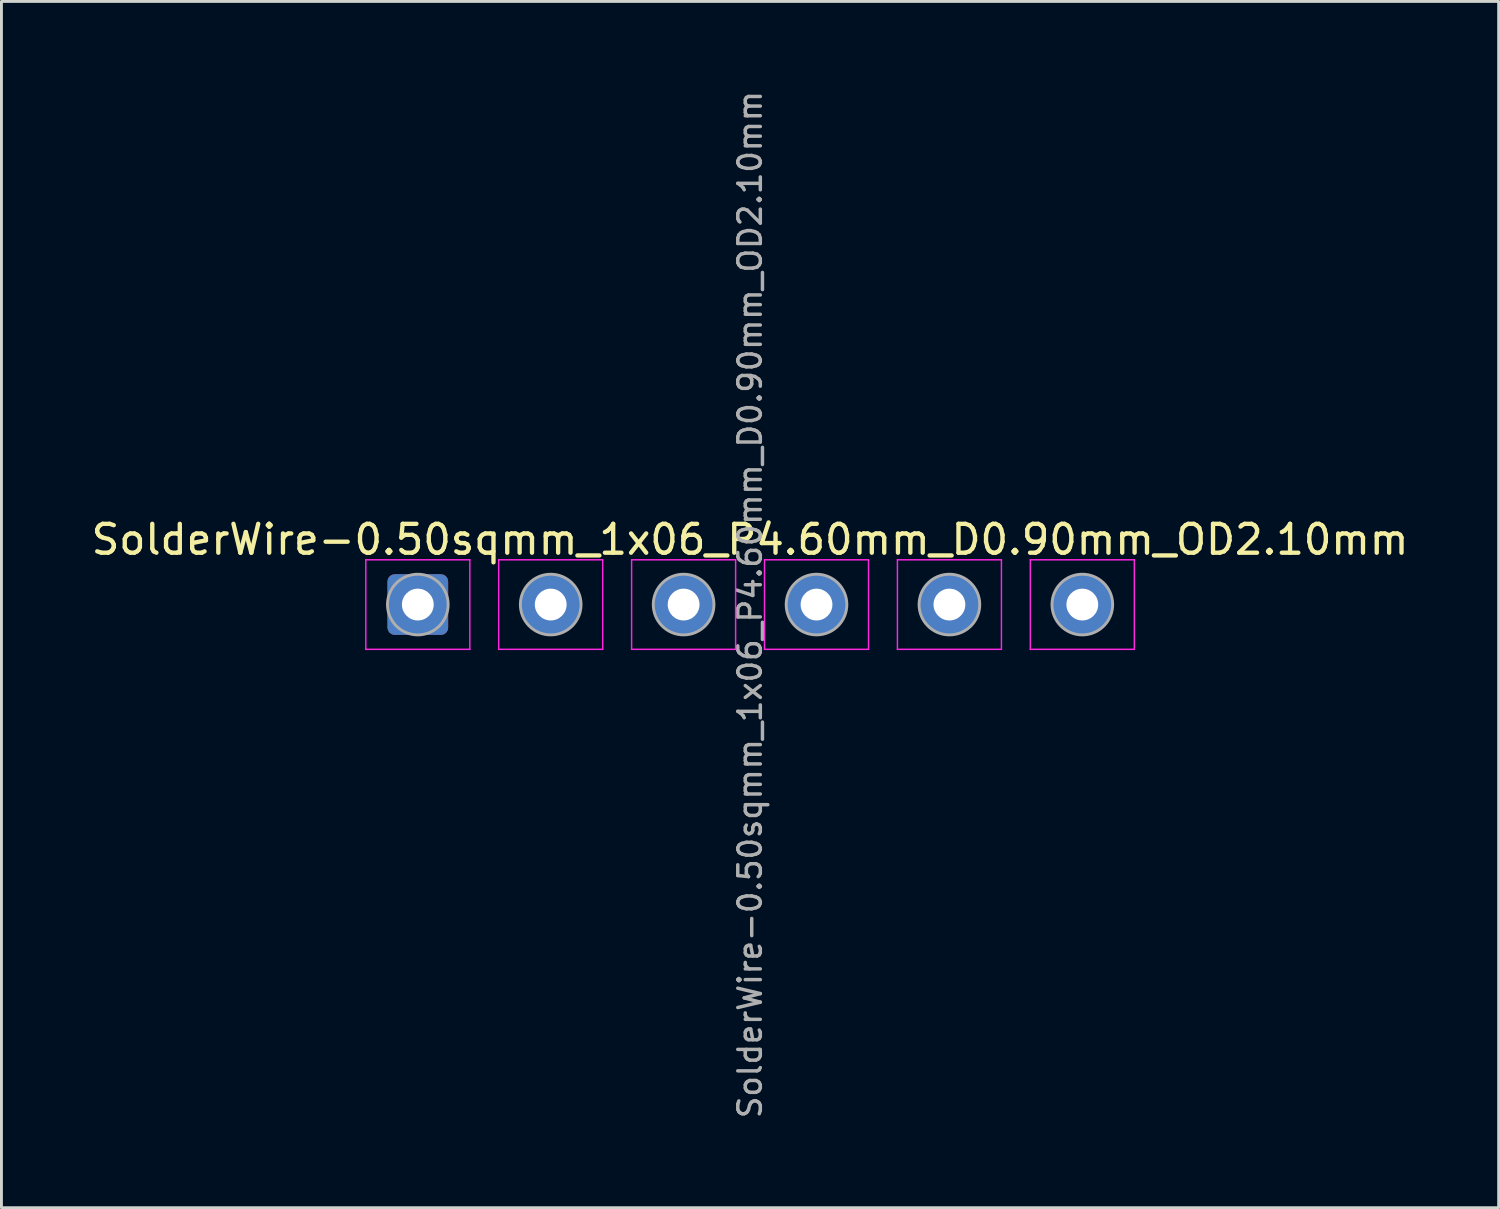
<source format=kicad_pcb>
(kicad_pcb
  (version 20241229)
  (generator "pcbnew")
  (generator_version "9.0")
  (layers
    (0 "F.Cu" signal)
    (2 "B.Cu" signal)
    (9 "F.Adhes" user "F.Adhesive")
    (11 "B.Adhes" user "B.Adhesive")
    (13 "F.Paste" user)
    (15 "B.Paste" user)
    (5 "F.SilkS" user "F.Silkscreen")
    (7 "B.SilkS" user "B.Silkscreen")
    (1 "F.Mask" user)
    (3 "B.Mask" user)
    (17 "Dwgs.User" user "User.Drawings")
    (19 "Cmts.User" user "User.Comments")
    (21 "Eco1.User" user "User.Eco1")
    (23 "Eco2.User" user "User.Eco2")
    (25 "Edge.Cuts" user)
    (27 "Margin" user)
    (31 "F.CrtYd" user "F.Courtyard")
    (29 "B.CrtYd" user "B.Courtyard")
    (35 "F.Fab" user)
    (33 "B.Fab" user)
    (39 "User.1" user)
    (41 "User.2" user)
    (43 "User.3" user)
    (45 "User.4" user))
  (footprint "SolderWire-0.50sqmm_1x06_P4.60mm_D0.90mm_OD2.10mm"
    (layer "F.Cu")
    (at 11.411 17.875)
    (property "Reference" "SolderWire-0.50sqmm_1x06_P4.60mm_D0.90mm_OD2.10mm" (at 11.5 -2.25 0) (layer "F.SilkS") (effects (font (size 1 1) (thickness 0.15))))
    (attr exclude_from_pos_files exclude_from_bom)
    (fp_line (start -1.8 -1.55) (end -1.8 1.55) (stroke (width 0.05) (type solid)) (layer "F.CrtYd"))
    (fp_line (start -1.8 1.55) (end 1.8 1.55) (stroke (width 0.05) (type solid)) (layer "F.CrtYd"))
    (fp_line (start 1.8 -1.55) (end -1.8 -1.55) (stroke (width 0.05) (type solid)) (layer "F.CrtYd"))
    (fp_line (start 1.8 1.55) (end 1.8 -1.55) (stroke (width 0.05) (type solid)) (layer "F.CrtYd"))
    (fp_line (start 2.8 -1.55) (end 2.8 1.55) (stroke (width 0.05) (type solid)) (layer "F.CrtYd"))
    (fp_line (start 2.8 1.55) (end 6.4 1.55) (stroke (width 0.05) (type solid)) (layer "F.CrtYd"))
    (fp_line (start 6.4 -1.55) (end 2.8 -1.55) (stroke (width 0.05) (type solid)) (layer "F.CrtYd"))
    (fp_line (start 6.4 1.55) (end 6.4 -1.55) (stroke (width 0.05) (type solid)) (layer "F.CrtYd"))
    (fp_line (start 7.4 -1.55) (end 7.4 1.55) (stroke (width 0.05) (type solid)) (layer "F.CrtYd"))
    (fp_line (start 7.4 1.55) (end 11 1.55) (stroke (width 0.05) (type solid)) (layer "F.CrtYd"))
    (fp_line (start 11 -1.55) (end 7.4 -1.55) (stroke (width 0.05) (type solid)) (layer "F.CrtYd"))
    (fp_line (start 11 1.55) (end 11 -1.55) (stroke (width 0.05) (type solid)) (layer "F.CrtYd"))
    (fp_line (start 12 -1.55) (end 12 1.55) (stroke (width 0.05) (type solid)) (layer "F.CrtYd"))
    (fp_line (start 12 1.55) (end 15.6 1.55) (stroke (width 0.05) (type solid)) (layer "F.CrtYd"))
    (fp_line (start 15.6 -1.55) (end 12 -1.55) (stroke (width 0.05) (type solid)) (layer "F.CrtYd"))
    (fp_line (start 15.6 1.55) (end 15.6 -1.55) (stroke (width 0.05) (type solid)) (layer "F.CrtYd"))
    (fp_line (start 16.6 -1.55) (end 16.6 1.55) (stroke (width 0.05) (type solid)) (layer "F.CrtYd"))
    (fp_line (start 16.6 1.55) (end 20.2 1.55) (stroke (width 0.05) (type solid)) (layer "F.CrtYd"))
    (fp_line (start 20.2 -1.55) (end 16.6 -1.55) (stroke (width 0.05) (type solid)) (layer "F.CrtYd"))
    (fp_line (start 20.2 1.55) (end 20.2 -1.55) (stroke (width 0.05) (type solid)) (layer "F.CrtYd"))
    (fp_line (start 21.2 -1.55) (end 21.2 1.55) (stroke (width 0.05) (type solid)) (layer "F.CrtYd"))
    (fp_line (start 21.2 1.55) (end 24.8 1.55) (stroke (width 0.05) (type solid)) (layer "F.CrtYd"))
    (fp_line (start 24.8 -1.55) (end 21.2 -1.55) (stroke (width 0.05) (type solid)) (layer "F.CrtYd"))
    (fp_line (start 24.8 1.55) (end 24.8 -1.55) (stroke (width 0.05) (type solid)) (layer "F.CrtYd"))
    (fp_circle (center 0 0) (end 1.05 0) (stroke (width 0.1) (type solid)) (fill no) (layer "F.Fab"))
    (fp_circle (center 4.6 0) (end 5.65 0) (stroke (width 0.1) (type solid)) (fill no) (layer "F.Fab"))
    (fp_circle (center 9.2 0) (end 10.25 0) (stroke (width 0.1) (type solid)) (fill no) (layer "F.Fab"))
    (fp_circle (center 13.8 0) (end 14.85 0) (stroke (width 0.1) (type solid)) (fill no) (layer "F.Fab"))
    (fp_circle (center 18.4 0) (end 19.45 0) (stroke (width 0.1) (type solid)) (fill no) (layer "F.Fab"))
    (fp_circle (center 23 0) (end 24.05 0) (stroke (width 0.1) (type solid)) (fill no) (layer "F.Fab"))
    (fp_text user "${REFERENCE}" (at 11.5 0 90) (layer "F.Fab") (effects (font (size 0.78 0.78) (thickness 0.12))))
    (pad "1" thru_hole roundrect (at 0 0) (size 2.1 2.1) (drill 1.1) (layers "*.Cu" "*.Mask") (roundrect_rratio 0.119))
    (pad "2" thru_hole circle (at 4.6 0) (size 2.1 2.1) (drill 1.1) (layers "*.Cu" "*.Mask"))
    (pad "3" thru_hole circle (at 9.2 0) (size 2.1 2.1) (drill 1.1) (layers "*.Cu" "*.Mask"))
    (pad "4" thru_hole circle (at 13.8 0) (size 2.1 2.1) (drill 1.1) (layers "*.Cu" "*.Mask"))
    (pad "5" thru_hole circle (at 18.4 0) (size 2.1 2.1) (drill 1.1) (layers "*.Cu" "*.Mask"))
    (pad "6" thru_hole circle (at 23 0) (size 2.1 2.1) (drill 1.1) (layers "*.Cu" "*.Mask")))
  (gr_rect
    (start -3 -3)
    (end 48.821 38.75)
    (stroke (width 0.1) (type default))
    (fill no)
    (layer "Edge.Cuts")))
</source>
